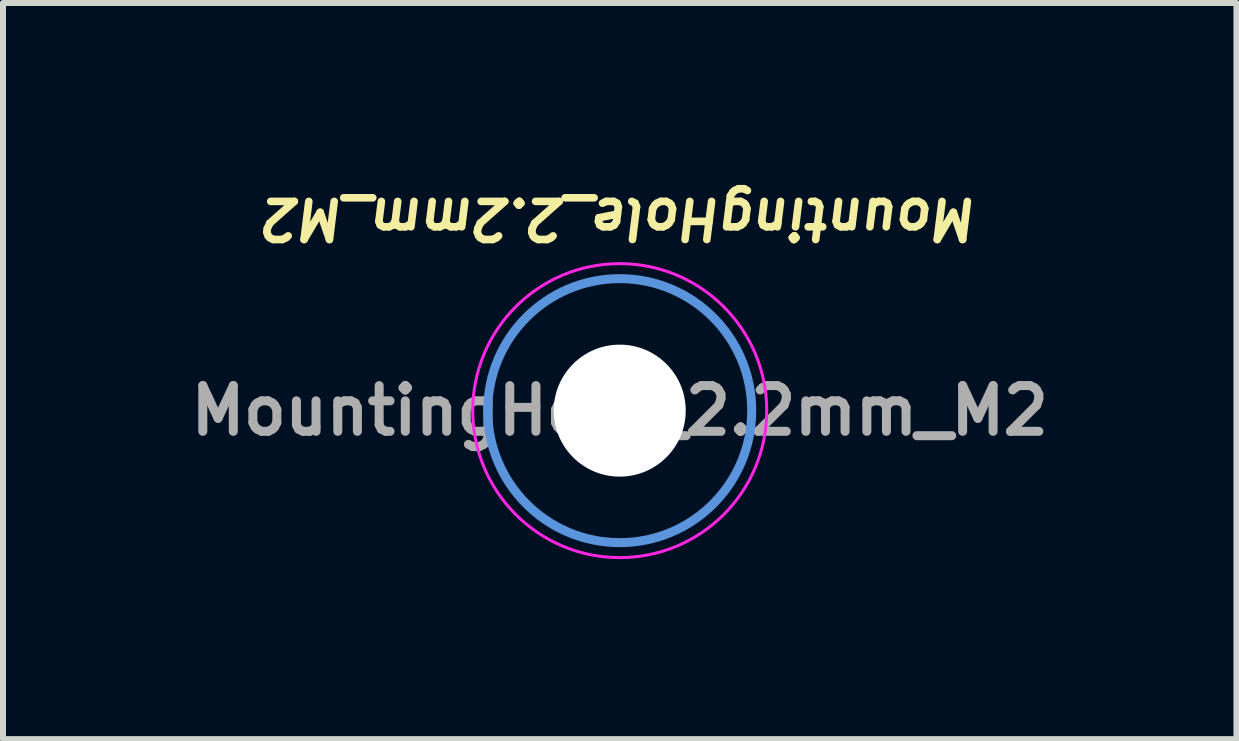
<source format=kicad_pcb>
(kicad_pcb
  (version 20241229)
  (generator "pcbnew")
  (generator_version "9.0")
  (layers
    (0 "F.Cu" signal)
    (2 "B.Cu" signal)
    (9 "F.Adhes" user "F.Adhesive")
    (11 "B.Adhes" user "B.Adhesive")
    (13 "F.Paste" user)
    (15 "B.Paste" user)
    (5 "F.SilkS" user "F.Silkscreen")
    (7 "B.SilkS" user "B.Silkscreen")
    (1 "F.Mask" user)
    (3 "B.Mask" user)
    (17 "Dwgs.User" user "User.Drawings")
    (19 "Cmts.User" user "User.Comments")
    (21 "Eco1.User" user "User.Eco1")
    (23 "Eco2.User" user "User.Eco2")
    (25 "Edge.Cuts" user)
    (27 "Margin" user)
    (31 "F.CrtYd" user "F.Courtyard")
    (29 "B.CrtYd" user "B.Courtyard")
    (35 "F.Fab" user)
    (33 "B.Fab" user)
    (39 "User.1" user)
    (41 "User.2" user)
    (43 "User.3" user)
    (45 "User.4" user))
  (footprint "MountingHole_2.2mm_M2"
    (layer "F.Cu")
    (at 7.279 3.794)
    (property "Reference" "MountingHole_2.2mm_M2" (at 0 -3.2 180) (unlocked yes) (layer "F.SilkS") (effects (font (size 0.635 0.635) (thickness 0.127) (italic yes))))
    (attr exclude_from_pos_files exclude_from_bom)
    (fp_circle (center 0 0) (end 2.2 0) (stroke (width 0.15) (type solid)) (fill no) (layer "Cmts.User"))
    (fp_circle (center 0 0) (end 2.45 0) (stroke (width 0.05) (type solid)) (fill no) (layer "F.CrtYd"))
    (fp_text user "${REFERENCE}" (at 0 0 0) (unlocked yes) (layer "F.Fab") (effects (font (size 0.762 0.762) (thickness 0.15))))
    (pad "" np_thru_hole circle (at 0 0 180) (size 2.2 2.2) (drill 2.2) (layers "*.Cu" "*.Mask")))
  (gr_rect
    (start -3 -3)
    (end 17.558 9.269)
    (stroke (width 0.1) (type default))
    (fill no)
    (layer "Edge.Cuts")))
</source>
